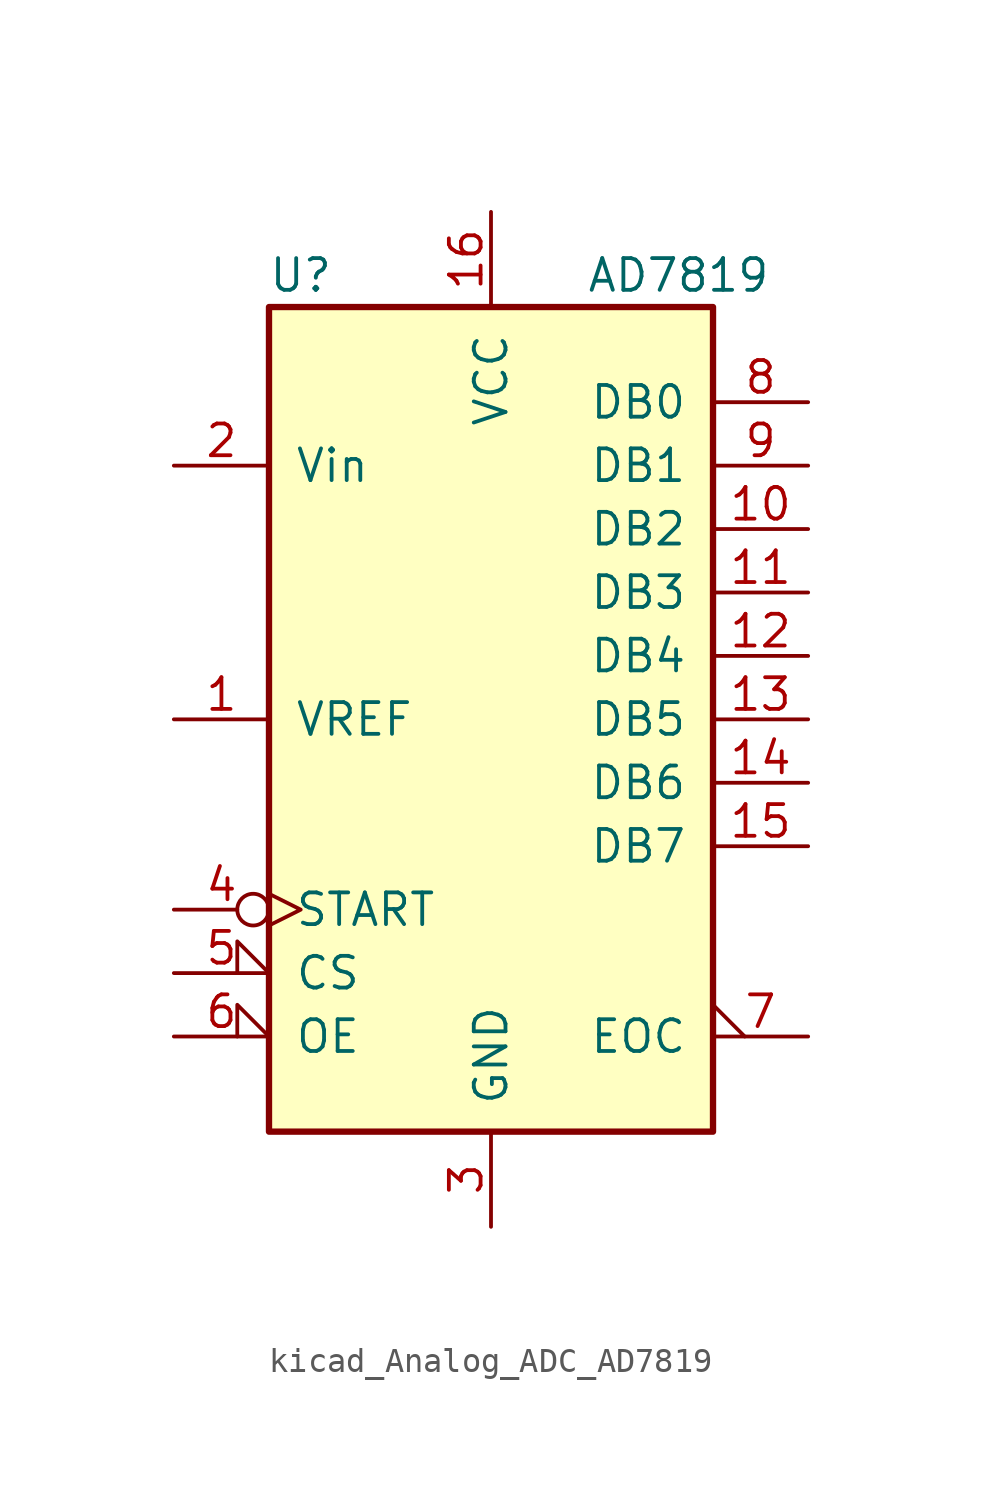
<source format=kicad_sym>
(kicad_symbol_lib
  (version 20220914)
  (generator kicad_symbol_editor)
  (symbol "kicad_Analog_ADC_AD7819"
    (pin_names
      (offset 1.016))
    (property "Reference" "U"
      (at -7.62 17.78 0)
      (effects (font (size 1.27 1.27))))
    (property "Value" "AD7819"
      (at 3.81 17.78 0)
      (effects (font (size 1.27 1.27)) (justify left)))
    (symbol "kicad_Analog_ADC_AD7819_0_1"
      (rectangle (start -8.89 -16.51) (end 8.89 16.51) (stroke (width 0.254) (type default)) (fill (type background))))
    (symbol "kicad_Analog_ADC_AD7819_1_1"
      (pin input line (at -12.7 0 0) (length 3.81) (name "VREF" (effects (font (size 1.27 1.27)))) (number "1" (effects (font (size 1.27 1.27)))))
      (pin tri_state line (at 12.7 7.62 180) (length 3.81) (name "DB2" (effects (font (size 1.27 1.27)))) (number "10" (effects (font (size 1.27 1.27)))))
      (pin tri_state line (at 12.7 5.08 180) (length 3.81) (name "DB3" (effects (font (size 1.27 1.27)))) (number "11" (effects (font (size 1.27 1.27)))))
      (pin tri_state line (at 12.7 2.54 180) (length 3.81) (name "DB4" (effects (font (size 1.27 1.27)))) (number "12" (effects (font (size 1.27 1.27)))))
      (pin tri_state line (at 12.7 0 180) (length 3.81) (name "DB5" (effects (font (size 1.27 1.27)))) (number "13" (effects (font (size 1.27 1.27)))))
      (pin tri_state line (at 12.7 -2.54 180) (length 3.81) (name "DB6" (effects (font (size 1.27 1.27)))) (number "14" (effects (font (size 1.27 1.27)))))
      (pin tri_state line (at 12.7 -5.08 180) (length 3.81) (name "DB7" (effects (font (size 1.27 1.27)))) (number "15" (effects (font (size 1.27 1.27)))))
      (pin power_in line (at 0 20.32 270) (length 3.81) (name "VCC" (effects (font (size 1.27 1.27)))) (number "16" (effects (font (size 1.27 1.27)))))
      (pin input line (at -12.7 10.16 0) (length 3.81) (name "Vin" (effects (font (size 1.27 1.27)))) (number "2" (effects (font (size 1.27 1.27)))))
      (pin power_in line (at 0 -20.32 90) (length 3.81) (name "GND" (effects (font (size 1.27 1.27)))) (number "3" (effects (font (size 1.27 1.27)))))
      (pin input inverted_clock (at -12.7 -7.62 0) (length 3.81) (name "START" (effects (font (size 1.27 1.27)))) (number "4" (effects (font (size 1.27 1.27)))))
      (pin input input_low (at -12.7 -10.16 0) (length 3.81) (name "CS" (effects (font (size 1.27 1.27)))) (number "5" (effects (font (size 1.27 1.27)))))
      (pin input input_low (at -12.7 -12.7 0) (length 3.81) (name "OE" (effects (font (size 1.27 1.27)))) (number "6" (effects (font (size 1.27 1.27)))))
      (pin output output_low (at 12.7 -12.7 180) (length 3.81) (name "EOC" (effects (font (size 1.27 1.27)))) (number "7" (effects (font (size 1.27 1.27)))))
      (pin tri_state line (at 12.7 12.7 180) (length 3.81) (name "DB0" (effects (font (size 1.27 1.27)))) (number "8" (effects (font (size 1.27 1.27)))))
      (pin tri_state line (at 12.7 10.16 180) (length 3.81) (name "DB1" (effects (font (size 1.27 1.27)))) (number "9" (effects (font (size 1.27 1.27))))))))
</source>
